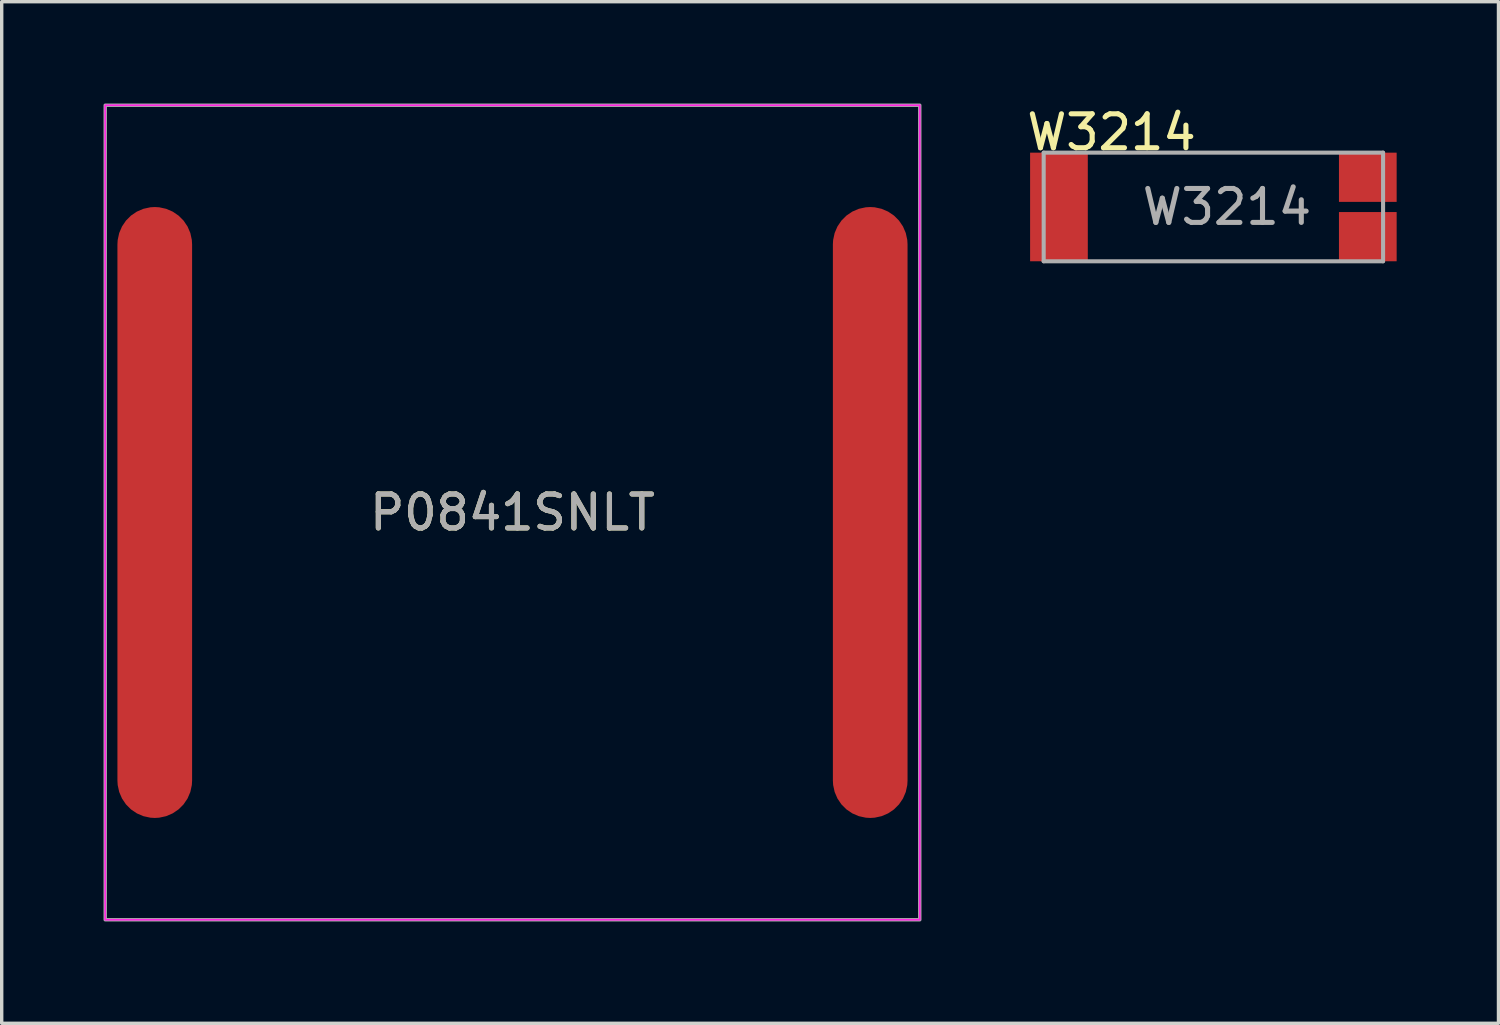
<source format=kicad_pcb>
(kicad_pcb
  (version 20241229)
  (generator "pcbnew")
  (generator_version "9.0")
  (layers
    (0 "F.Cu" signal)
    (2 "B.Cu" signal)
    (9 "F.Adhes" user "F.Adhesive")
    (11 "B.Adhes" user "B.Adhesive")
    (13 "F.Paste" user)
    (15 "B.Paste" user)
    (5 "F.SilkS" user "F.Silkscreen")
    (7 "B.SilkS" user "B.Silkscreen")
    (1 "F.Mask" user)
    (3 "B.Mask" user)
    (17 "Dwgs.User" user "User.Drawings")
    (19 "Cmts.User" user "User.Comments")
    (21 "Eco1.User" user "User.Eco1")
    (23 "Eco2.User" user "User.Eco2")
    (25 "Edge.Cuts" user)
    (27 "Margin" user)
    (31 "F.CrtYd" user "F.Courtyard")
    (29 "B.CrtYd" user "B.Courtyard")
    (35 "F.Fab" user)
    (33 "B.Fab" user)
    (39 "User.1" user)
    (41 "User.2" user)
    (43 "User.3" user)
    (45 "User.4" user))
  (footprint "P0841SNLT"
    (layer "F.Cu")
    (at 12.05 12.05)
    (property "Reference" "P0841SNLT" (at 0 0 0) (unlocked yes) (layer "F.SilkS") (effects (font (size 1 1) (thickness 0.15))))
    (attr smd)
    (fp_rect (start -12 -12) (end 12 12) (stroke (width 0.05) (type default)) (fill no) (layer "F.CrtYd"))
    (fp_rect (start -12 -12) (end 12 12) (stroke (width 0.1) (type solid)) (fill no) (layer "F.Fab"))
    (fp_text user "${REFERENCE}" (at 0 0 0) (unlocked yes) (layer "F.Fab") (effects (font (size 1 1) (thickness 0.15))))
    (pad "1" smd roundrect (at -10.54 0 90) (size 18 2.2) (layers "F.Cu" "F.Mask" "F.Paste") (roundrect_rratio 0.5))
    (pad "2" smd roundrect (at 10.54 0 90) (size 18 2.2) (layers "F.Cu" "F.Mask" "F.Paste") (roundrect_rratio 0.5)))
  (footprint "W3214"
    (layer "F.Cu")
    (at 32.701 3.048)
    (property "Reference" "W3214" (at -3 -2.2 0) (unlocked yes) (layer "F.SilkS") (effects (font (size 1 1) (thickness 0.15))))
    (attr smd)
    (fp_line (start -5 -1.6) (end 5 -1.6) (stroke (width 0.12) (type solid)) (layer "F.Fab"))
    (fp_line (start -5 1.6) (end -5 -1.6) (stroke (width 0.12) (type solid)) (layer "F.Fab"))
    (fp_line (start -5 1.6) (end 5 1.6) (stroke (width 0.12) (type solid)) (layer "F.Fab"))
    (fp_line (start 5 1.6) (end 5 -1.6) (stroke (width 0.12) (type solid)) (layer "F.Fab"))
    (fp_text user "${REFERENCE}" (at 0.4 0 0) (unlocked yes) (layer "F.Fab") (effects (font (size 1 1) (thickness 0.15))))
    (pad "1" smd rect (at 4.55 -0.875) (size 1.7 1.45) (layers "F.Cu" "F.Mask" "F.Paste"))
    (pad "2" smd rect (at -4.55 0) (size 1.7 3.2) (layers "F.Cu" "F.Mask" "F.Paste"))
    (pad "2" smd rect (at 4.55 0.875) (size 1.7 1.45) (layers "F.Cu" "F.Mask" "F.Paste")))
  (gr_rect
    (start -3 -3)
    (end 41.101 27.1)
    (stroke (width 0.1) (type default))
    (fill no)
    (layer "Edge.Cuts")))
</source>
